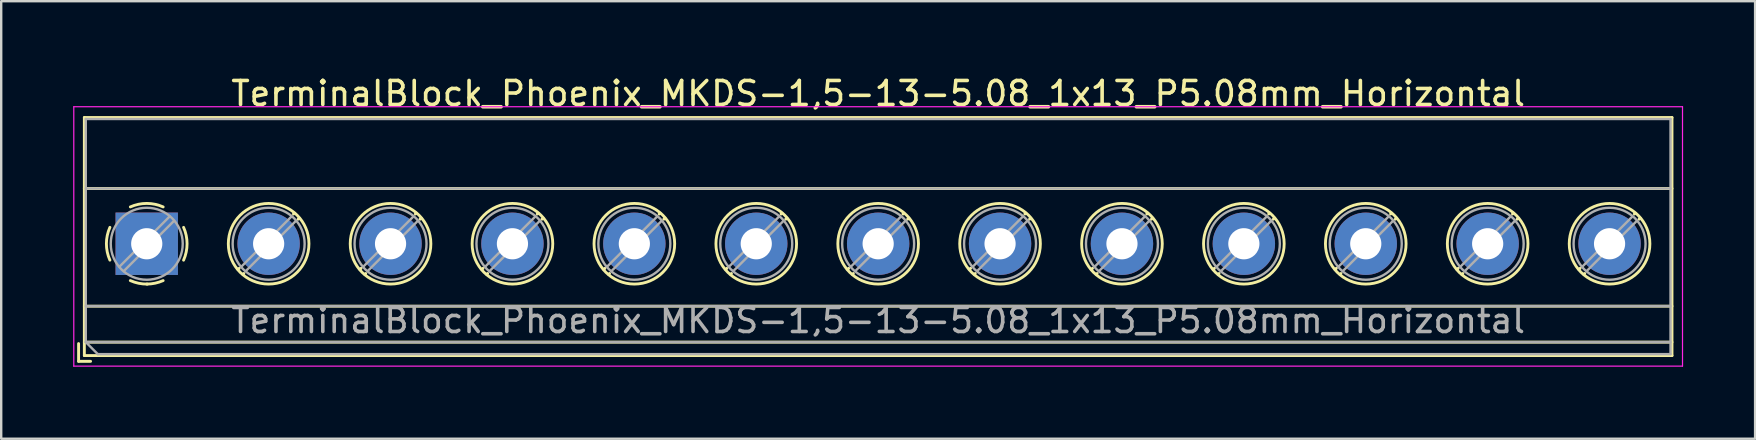
<source format=kicad_pcb>
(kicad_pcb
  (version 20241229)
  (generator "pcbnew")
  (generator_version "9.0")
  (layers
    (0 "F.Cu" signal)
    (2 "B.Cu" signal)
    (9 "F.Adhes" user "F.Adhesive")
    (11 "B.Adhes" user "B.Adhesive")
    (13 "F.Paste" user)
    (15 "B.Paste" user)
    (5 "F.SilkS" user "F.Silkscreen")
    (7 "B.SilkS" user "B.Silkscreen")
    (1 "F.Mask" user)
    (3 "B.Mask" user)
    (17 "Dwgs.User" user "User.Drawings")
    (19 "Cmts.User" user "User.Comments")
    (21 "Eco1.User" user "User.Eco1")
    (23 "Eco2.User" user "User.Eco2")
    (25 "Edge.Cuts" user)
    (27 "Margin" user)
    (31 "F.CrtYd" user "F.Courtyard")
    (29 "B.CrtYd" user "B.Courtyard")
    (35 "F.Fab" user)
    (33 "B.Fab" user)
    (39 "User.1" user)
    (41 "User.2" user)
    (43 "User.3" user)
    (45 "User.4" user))
  (footprint "TerminalBlock_Phoenix_MKDS-1,5-13-5.08_1x13_P5.08mm_Horizontal"
    (layer "F.Cu")
    (at 3.065 7.108)
    (property "Reference" "TerminalBlock_Phoenix_MKDS-1,5-13-5.08_1x13_P5.08mm_Horizontal" (at 30.48 -6.26 0) (layer "F.SilkS") (effects (font (size 1 1) (thickness 0.15))))
    (attr through_hole)
    (fp_line (start -2.84 4.16) (end -2.84 4.9) (stroke (width 0.12) (type solid)) (layer "F.SilkS"))
    (fp_line (start -2.84 4.9) (end -2.34 4.9) (stroke (width 0.12) (type solid)) (layer "F.SilkS"))
    (fp_line (start -2.6 -5.261) (end -2.6 4.66) (stroke (width 0.12) (type solid)) (layer "F.SilkS"))
    (fp_line (start -2.6 -5.261) (end 63.561 -5.261) (stroke (width 0.12) (type solid)) (layer "F.SilkS"))
    (fp_line (start -2.6 -2.301) (end 63.561 -2.301) (stroke (width 0.12) (type solid)) (layer "F.SilkS"))
    (fp_line (start -2.6 2.6) (end 63.561 2.6) (stroke (width 0.12) (type solid)) (layer "F.SilkS"))
    (fp_line (start -2.6 4.1) (end 63.561 4.1) (stroke (width 0.12) (type solid)) (layer "F.SilkS"))
    (fp_line (start -2.6 4.66) (end 63.561 4.66) (stroke (width 0.12) (type solid)) (layer "F.SilkS"))
    (fp_line (start 3.853 1.023) (end 3.806 1.069) (stroke (width 0.12) (type solid)) (layer "F.SilkS"))
    (fp_line (start 4.046 1.239) (end 4.011 1.274) (stroke (width 0.12) (type solid)) (layer "F.SilkS"))
    (fp_line (start 6.15 -1.275) (end 6.115 -1.239) (stroke (width 0.12) (type solid)) (layer "F.SilkS"))
    (fp_line (start 6.355 -1.069) (end 6.308 -1.023) (stroke (width 0.12) (type solid)) (layer "F.SilkS"))
    (fp_line (start 8.933 1.023) (end 8.886 1.069) (stroke (width 0.12) (type solid)) (layer "F.SilkS"))
    (fp_line (start 9.126 1.239) (end 9.091 1.274) (stroke (width 0.12) (type solid)) (layer "F.SilkS"))
    (fp_line (start 11.23 -1.275) (end 11.195 -1.239) (stroke (width 0.12) (type solid)) (layer "F.SilkS"))
    (fp_line (start 11.435 -1.069) (end 11.388 -1.023) (stroke (width 0.12) (type solid)) (layer "F.SilkS"))
    (fp_line (start 14.013 1.023) (end 13.966 1.069) (stroke (width 0.12) (type solid)) (layer "F.SilkS"))
    (fp_line (start 14.206 1.239) (end 14.171 1.274) (stroke (width 0.12) (type solid)) (layer "F.SilkS"))
    (fp_line (start 16.31 -1.275) (end 16.275 -1.239) (stroke (width 0.12) (type solid)) (layer "F.SilkS"))
    (fp_line (start 16.515 -1.069) (end 16.468 -1.023) (stroke (width 0.12) (type solid)) (layer "F.SilkS"))
    (fp_line (start 19.093 1.023) (end 19.046 1.069) (stroke (width 0.12) (type solid)) (layer "F.SilkS"))
    (fp_line (start 19.286 1.239) (end 19.251 1.274) (stroke (width 0.12) (type solid)) (layer "F.SilkS"))
    (fp_line (start 21.39 -1.275) (end 21.355 -1.239) (stroke (width 0.12) (type solid)) (layer "F.SilkS"))
    (fp_line (start 21.595 -1.069) (end 21.548 -1.023) (stroke (width 0.12) (type solid)) (layer "F.SilkS"))
    (fp_line (start 24.173 1.023) (end 24.126 1.069) (stroke (width 0.12) (type solid)) (layer "F.SilkS"))
    (fp_line (start 24.366 1.239) (end 24.331 1.274) (stroke (width 0.12) (type solid)) (layer "F.SilkS"))
    (fp_line (start 26.47 -1.275) (end 26.435 -1.239) (stroke (width 0.12) (type solid)) (layer "F.SilkS"))
    (fp_line (start 26.675 -1.069) (end 26.628 -1.023) (stroke (width 0.12) (type solid)) (layer "F.SilkS"))
    (fp_line (start 29.253 1.023) (end 29.206 1.069) (stroke (width 0.12) (type solid)) (layer "F.SilkS"))
    (fp_line (start 29.446 1.239) (end 29.411 1.274) (stroke (width 0.12) (type solid)) (layer "F.SilkS"))
    (fp_line (start 31.55 -1.275) (end 31.515 -1.239) (stroke (width 0.12) (type solid)) (layer "F.SilkS"))
    (fp_line (start 31.755 -1.069) (end 31.708 -1.023) (stroke (width 0.12) (type solid)) (layer "F.SilkS"))
    (fp_line (start 34.333 1.023) (end 34.286 1.069) (stroke (width 0.12) (type solid)) (layer "F.SilkS"))
    (fp_line (start 34.526 1.239) (end 34.491 1.274) (stroke (width 0.12) (type solid)) (layer "F.SilkS"))
    (fp_line (start 36.63 -1.275) (end 36.595 -1.239) (stroke (width 0.12) (type solid)) (layer "F.SilkS"))
    (fp_line (start 36.835 -1.069) (end 36.788 -1.023) (stroke (width 0.12) (type solid)) (layer "F.SilkS"))
    (fp_line (start 39.413 1.023) (end 39.366 1.069) (stroke (width 0.12) (type solid)) (layer "F.SilkS"))
    (fp_line (start 39.606 1.239) (end 39.571 1.274) (stroke (width 0.12) (type solid)) (layer "F.SilkS"))
    (fp_line (start 41.71 -1.275) (end 41.675 -1.239) (stroke (width 0.12) (type solid)) (layer "F.SilkS"))
    (fp_line (start 41.915 -1.069) (end 41.868 -1.023) (stroke (width 0.12) (type solid)) (layer "F.SilkS"))
    (fp_line (start 44.493 1.023) (end 44.446 1.069) (stroke (width 0.12) (type solid)) (layer "F.SilkS"))
    (fp_line (start 44.686 1.239) (end 44.651 1.274) (stroke (width 0.12) (type solid)) (layer "F.SilkS"))
    (fp_line (start 46.79 -1.275) (end 46.755 -1.239) (stroke (width 0.12) (type solid)) (layer "F.SilkS"))
    (fp_line (start 46.995 -1.069) (end 46.948 -1.023) (stroke (width 0.12) (type solid)) (layer "F.SilkS"))
    (fp_line (start 49.573 1.023) (end 49.526 1.069) (stroke (width 0.12) (type solid)) (layer "F.SilkS"))
    (fp_line (start 49.766 1.239) (end 49.731 1.274) (stroke (width 0.12) (type solid)) (layer "F.SilkS"))
    (fp_line (start 51.87 -1.275) (end 51.835 -1.239) (stroke (width 0.12) (type solid)) (layer "F.SilkS"))
    (fp_line (start 52.075 -1.069) (end 52.028 -1.023) (stroke (width 0.12) (type solid)) (layer "F.SilkS"))
    (fp_line (start 54.653 1.023) (end 54.606 1.069) (stroke (width 0.12) (type solid)) (layer "F.SilkS"))
    (fp_line (start 54.846 1.239) (end 54.811 1.274) (stroke (width 0.12) (type solid)) (layer "F.SilkS"))
    (fp_line (start 56.95 -1.275) (end 56.915 -1.239) (stroke (width 0.12) (type solid)) (layer "F.SilkS"))
    (fp_line (start 57.155 -1.069) (end 57.108 -1.023) (stroke (width 0.12) (type solid)) (layer "F.SilkS"))
    (fp_line (start 59.733 1.023) (end 59.686 1.069) (stroke (width 0.12) (type solid)) (layer "F.SilkS"))
    (fp_line (start 59.926 1.239) (end 59.891 1.274) (stroke (width 0.12) (type solid)) (layer "F.SilkS"))
    (fp_line (start 62.03 -1.275) (end 61.995 -1.239) (stroke (width 0.12) (type solid)) (layer "F.SilkS"))
    (fp_line (start 62.235 -1.069) (end 62.188 -1.023) (stroke (width 0.12) (type solid)) (layer "F.SilkS"))
    (fp_line (start 63.561 -5.261) (end 63.561 4.66) (stroke (width 0.12) (type solid)) (layer "F.SilkS"))
    (fp_arc (start -1.535427 0.683042) (mid -1.680501 -0.000524) (end -1.535 -0.684) (stroke (width 0.12) (type solid)) (layer "F.SilkS"))
    (fp_arc (start -0.683042 -1.535427) (mid 0.000524 -1.680501) (end 0.684 -1.535) (stroke (width 0.12) (type solid)) (layer "F.SilkS"))
    (fp_arc (start 0.028805 1.680253) (mid -0.335551 1.646659) (end -0.684 1.535) (stroke (width 0.12) (type solid)) (layer "F.SilkS"))
    (fp_arc (start 0.683318 1.534756) (mid 0.349292 1.643288) (end 0 1.68) (stroke (width 0.12) (type solid)) (layer "F.SilkS"))
    (fp_arc (start 1.535427 -0.683042) (mid 1.680501 0.000524) (end 1.535 0.684) (stroke (width 0.12) (type solid)) (layer "F.SilkS"))
    (fp_circle (center 5.08 0) (end 6.76 0) (stroke (width 0.12) (type solid)) (fill no) (layer "F.SilkS"))
    (fp_circle (center 10.16 0) (end 11.84 0) (stroke (width 0.12) (type solid)) (fill no) (layer "F.SilkS"))
    (fp_circle (center 15.24 0) (end 16.92 0) (stroke (width 0.12) (type solid)) (fill no) (layer "F.SilkS"))
    (fp_circle (center 20.32 0) (end 22 0) (stroke (width 0.12) (type solid)) (fill no) (layer "F.SilkS"))
    (fp_circle (center 25.4 0) (end 27.08 0) (stroke (width 0.12) (type solid)) (fill no) (layer "F.SilkS"))
    (fp_circle (center 30.48 0) (end 32.16 0) (stroke (width 0.12) (type solid)) (fill no) (layer "F.SilkS"))
    (fp_circle (center 35.56 0) (end 37.24 0) (stroke (width 0.12) (type solid)) (fill no) (layer "F.SilkS"))
    (fp_circle (center 40.64 0) (end 42.32 0) (stroke (width 0.12) (type solid)) (fill no) (layer "F.SilkS"))
    (fp_circle (center 45.72 0) (end 47.4 0) (stroke (width 0.12) (type solid)) (fill no) (layer "F.SilkS"))
    (fp_circle (center 50.8 0) (end 52.48 0) (stroke (width 0.12) (type solid)) (fill no) (layer "F.SilkS"))
    (fp_circle (center 55.88 0) (end 57.56 0) (stroke (width 0.12) (type solid)) (fill no) (layer "F.SilkS"))
    (fp_circle (center 60.96 0) (end 62.64 0) (stroke (width 0.12) (type solid)) (fill no) (layer "F.SilkS"))
    (fp_line (start -3.04 -5.71) (end -3.04 5.1) (stroke (width 0.05) (type solid)) (layer "F.CrtYd"))
    (fp_line (start -3.04 5.1) (end 64 5.1) (stroke (width 0.05) (type solid)) (layer "F.CrtYd"))
    (fp_line (start 64 -5.71) (end -3.04 -5.71) (stroke (width 0.05) (type solid)) (layer "F.CrtYd"))
    (fp_line (start 64 5.1) (end 64 -5.71) (stroke (width 0.05) (type solid)) (layer "F.CrtYd"))
    (fp_line (start -2.54 -5.2) (end 63.5 -5.2) (stroke (width 0.1) (type solid)) (layer "F.Fab"))
    (fp_line (start -2.54 -2.3) (end 63.5 -2.3) (stroke (width 0.1) (type solid)) (layer "F.Fab"))
    (fp_line (start -2.54 2.6) (end 63.5 2.6) (stroke (width 0.1) (type solid)) (layer "F.Fab"))
    (fp_line (start -2.54 4.1) (end -2.54 -5.2) (stroke (width 0.1) (type solid)) (layer "F.Fab"))
    (fp_line (start -2.54 4.1) (end 63.5 4.1) (stroke (width 0.1) (type solid)) (layer "F.Fab"))
    (fp_line (start -2.04 4.6) (end -2.54 4.1) (stroke (width 0.1) (type solid)) (layer "F.Fab"))
    (fp_line (start 0.955 -1.138) (end -1.138 0.955) (stroke (width 0.1) (type solid)) (layer "F.Fab"))
    (fp_line (start 1.138 -0.955) (end -0.955 1.138) (stroke (width 0.1) (type solid)) (layer "F.Fab"))
    (fp_line (start 6.035 -1.138) (end 3.943 0.955) (stroke (width 0.1) (type solid)) (layer "F.Fab"))
    (fp_line (start 6.218 -0.955) (end 4.126 1.138) (stroke (width 0.1) (type solid)) (layer "F.Fab"))
    (fp_line (start 11.115 -1.138) (end 9.023 0.955) (stroke (width 0.1) (type solid)) (layer "F.Fab"))
    (fp_line (start 11.298 -0.955) (end 9.206 1.138) (stroke (width 0.1) (type solid)) (layer "F.Fab"))
    (fp_line (start 16.195 -1.138) (end 14.103 0.955) (stroke (width 0.1) (type solid)) (layer "F.Fab"))
    (fp_line (start 16.378 -0.955) (end 14.286 1.138) (stroke (width 0.1) (type solid)) (layer "F.Fab"))
    (fp_line (start 21.275 -1.138) (end 19.183 0.955) (stroke (width 0.1) (type solid)) (layer "F.Fab"))
    (fp_line (start 21.458 -0.955) (end 19.366 1.138) (stroke (width 0.1) (type solid)) (layer "F.Fab"))
    (fp_line (start 26.355 -1.138) (end 24.263 0.955) (stroke (width 0.1) (type solid)) (layer "F.Fab"))
    (fp_line (start 26.538 -0.955) (end 24.446 1.138) (stroke (width 0.1) (type solid)) (layer "F.Fab"))
    (fp_line (start 31.435 -1.138) (end 29.343 0.955) (stroke (width 0.1) (type solid)) (layer "F.Fab"))
    (fp_line (start 31.618 -0.955) (end 29.526 1.138) (stroke (width 0.1) (type solid)) (layer "F.Fab"))
    (fp_line (start 36.515 -1.138) (end 34.423 0.955) (stroke (width 0.1) (type solid)) (layer "F.Fab"))
    (fp_line (start 36.698 -0.955) (end 34.606 1.138) (stroke (width 0.1) (type solid)) (layer "F.Fab"))
    (fp_line (start 41.595 -1.138) (end 39.503 0.955) (stroke (width 0.1) (type solid)) (layer "F.Fab"))
    (fp_line (start 41.778 -0.955) (end 39.686 1.138) (stroke (width 0.1) (type solid)) (layer "F.Fab"))
    (fp_line (start 46.675 -1.138) (end 44.583 0.955) (stroke (width 0.1) (type solid)) (layer "F.Fab"))
    (fp_line (start 46.858 -0.955) (end 44.766 1.138) (stroke (width 0.1) (type solid)) (layer "F.Fab"))
    (fp_line (start 51.755 -1.138) (end 49.663 0.955) (stroke (width 0.1) (type solid)) (layer "F.Fab"))
    (fp_line (start 51.938 -0.955) (end 49.846 1.138) (stroke (width 0.1) (type solid)) (layer "F.Fab"))
    (fp_line (start 56.835 -1.138) (end 54.743 0.955) (stroke (width 0.1) (type solid)) (layer "F.Fab"))
    (fp_line (start 57.018 -0.955) (end 54.926 1.138) (stroke (width 0.1) (type solid)) (layer "F.Fab"))
    (fp_line (start 61.915 -1.138) (end 59.823 0.955) (stroke (width 0.1) (type solid)) (layer "F.Fab"))
    (fp_line (start 62.098 -0.955) (end 60.006 1.138) (stroke (width 0.1) (type solid)) (layer "F.Fab"))
    (fp_line (start 63.5 -5.2) (end 63.5 4.6) (stroke (width 0.1) (type solid)) (layer "F.Fab"))
    (fp_line (start 63.5 4.6) (end -2.04 4.6) (stroke (width 0.1) (type solid)) (layer "F.Fab"))
    (fp_circle (center 0 0) (end 1.5 0) (stroke (width 0.1) (type solid)) (fill no) (layer "F.Fab"))
    (fp_circle (center 5.08 0) (end 6.58 0) (stroke (width 0.1) (type solid)) (fill no) (layer "F.Fab"))
    (fp_circle (center 10.16 0) (end 11.66 0) (stroke (width 0.1) (type solid)) (fill no) (layer "F.Fab"))
    (fp_circle (center 15.24 0) (end 16.74 0) (stroke (width 0.1) (type solid)) (fill no) (layer "F.Fab"))
    (fp_circle (center 20.32 0) (end 21.82 0) (stroke (width 0.1) (type solid)) (fill no) (layer "F.Fab"))
    (fp_circle (center 25.4 0) (end 26.9 0) (stroke (width 0.1) (type solid)) (fill no) (layer "F.Fab"))
    (fp_circle (center 30.48 0) (end 31.98 0) (stroke (width 0.1) (type solid)) (fill no) (layer "F.Fab"))
    (fp_circle (center 35.56 0) (end 37.06 0) (stroke (width 0.1) (type solid)) (fill no) (layer "F.Fab"))
    (fp_circle (center 40.64 0) (end 42.14 0) (stroke (width 0.1) (type solid)) (fill no) (layer "F.Fab"))
    (fp_circle (center 45.72 0) (end 47.22 0) (stroke (width 0.1) (type solid)) (fill no) (layer "F.Fab"))
    (fp_circle (center 50.8 0) (end 52.3 0) (stroke (width 0.1) (type solid)) (fill no) (layer "F.Fab"))
    (fp_circle (center 55.88 0) (end 57.38 0) (stroke (width 0.1) (type solid)) (fill no) (layer "F.Fab"))
    (fp_circle (center 60.96 0) (end 62.46 0) (stroke (width 0.1) (type solid)) (fill no) (layer "F.Fab"))
    (fp_text user "${REFERENCE}" (at 30.48 3.2 0) (layer "F.Fab") (effects (font (size 1 1) (thickness 0.15))))
    (pad "1" thru_hole rect (at 0 0) (size 2.6 2.6) (drill 1.3) (layers "*.Cu" "*.Mask"))
    (pad "2" thru_hole circle (at 5.08 0) (size 2.6 2.6) (drill 1.3) (layers "*.Cu" "*.Mask"))
    (pad "3" thru_hole circle (at 10.16 0) (size 2.6 2.6) (drill 1.3) (layers "*.Cu" "*.Mask"))
    (pad "4" thru_hole circle (at 15.24 0) (size 2.6 2.6) (drill 1.3) (layers "*.Cu" "*.Mask"))
    (pad "5" thru_hole circle (at 20.32 0) (size 2.6 2.6) (drill 1.3) (layers "*.Cu" "*.Mask"))
    (pad "6" thru_hole circle (at 25.4 0) (size 2.6 2.6) (drill 1.3) (layers "*.Cu" "*.Mask"))
    (pad "7" thru_hole circle (at 30.48 0) (size 2.6 2.6) (drill 1.3) (layers "*.Cu" "*.Mask"))
    (pad "8" thru_hole circle (at 35.56 0) (size 2.6 2.6) (drill 1.3) (layers "*.Cu" "*.Mask"))
    (pad "9" thru_hole circle (at 40.64 0) (size 2.6 2.6) (drill 1.3) (layers "*.Cu" "*.Mask"))
    (pad "10" thru_hole circle (at 45.72 0) (size 2.6 2.6) (drill 1.3) (layers "*.Cu" "*.Mask"))
    (pad "11" thru_hole circle (at 50.8 0) (size 2.6 2.6) (drill 1.3) (layers "*.Cu" "*.Mask"))
    (pad "12" thru_hole circle (at 55.88 0) (size 2.6 2.6) (drill 1.3) (layers "*.Cu" "*.Mask"))
    (pad "13" thru_hole circle (at 60.96 0) (size 2.6 2.6) (drill 1.3) (layers "*.Cu" "*.Mask")))
  (gr_rect
    (start -3 -3)
    (end 70.09 15.233)
    (stroke (width 0.1) (type default))
    (fill no)
    (layer "Edge.Cuts")))
</source>
